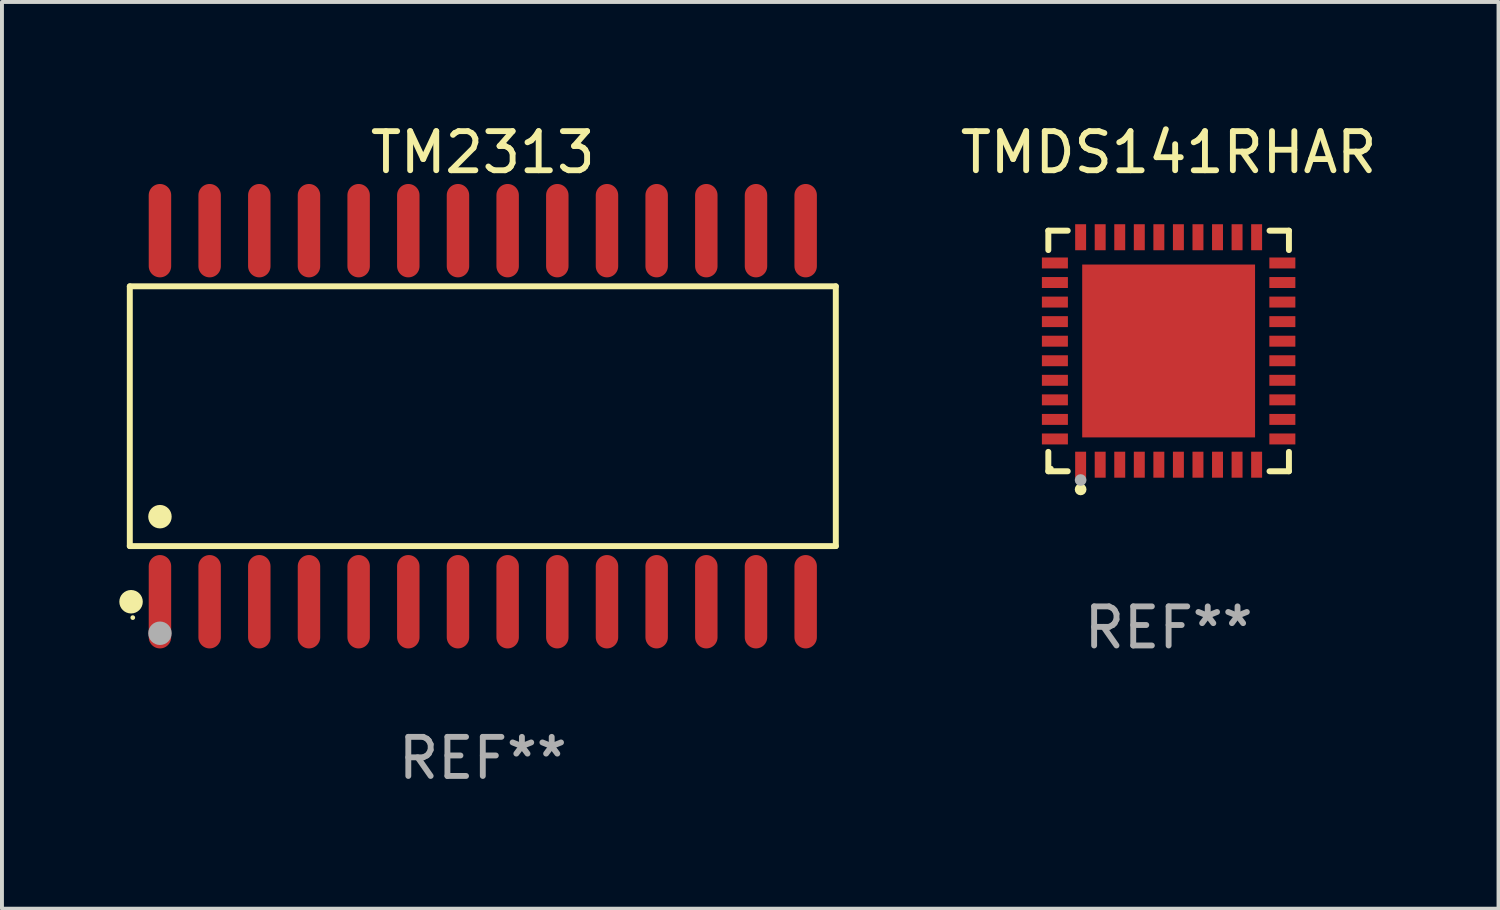
<source format=kicad_pcb>
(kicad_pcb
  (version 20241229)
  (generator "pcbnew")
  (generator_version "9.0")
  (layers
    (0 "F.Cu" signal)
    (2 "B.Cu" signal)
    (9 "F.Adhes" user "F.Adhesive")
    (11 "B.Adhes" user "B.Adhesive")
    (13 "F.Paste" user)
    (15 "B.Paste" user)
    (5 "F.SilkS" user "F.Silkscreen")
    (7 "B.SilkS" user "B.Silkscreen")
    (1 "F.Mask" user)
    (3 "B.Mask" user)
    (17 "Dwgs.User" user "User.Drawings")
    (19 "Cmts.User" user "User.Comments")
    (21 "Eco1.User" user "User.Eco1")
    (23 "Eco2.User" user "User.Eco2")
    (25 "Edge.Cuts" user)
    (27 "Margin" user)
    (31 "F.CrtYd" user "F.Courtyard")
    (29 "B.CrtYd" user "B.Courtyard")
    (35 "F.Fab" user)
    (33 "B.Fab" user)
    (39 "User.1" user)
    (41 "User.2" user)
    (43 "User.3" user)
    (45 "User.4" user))
  (footprint "TMDS141RHAR"
    (layer "F.Cu")
    (at 26.831 5.924)
    (property "Reference" "TMDS141RHAR" (at 0 -5.076 0) (layer "F.SilkS") (effects (font (size 1 1) (thickness 0.15))))
    (attr through_hole)
    (fp_line (start -3.076 -3.076) (end -2.58 -3.076) (stroke (width 0.152) (type solid)) (layer "F.SilkS"))
    (fp_line (start -3.076 -2.58) (end -3.076 -3.076) (stroke (width 0.152) (type solid)) (layer "F.SilkS"))
    (fp_line (start -3.076 2.58) (end -3.076 3.076) (stroke (width 0.152) (type solid)) (layer "F.SilkS"))
    (fp_line (start -3.076 3.076) (end -2.58 3.076) (stroke (width 0.152) (type solid)) (layer "F.SilkS"))
    (fp_line (start 3.076 -3.076) (end 2.58 -3.076) (stroke (width 0.152) (type solid)) (layer "F.SilkS"))
    (fp_line (start 3.076 -2.58) (end 3.076 -3.076) (stroke (width 0.152) (type solid)) (layer "F.SilkS"))
    (fp_line (start 3.076 2.58) (end 3.076 3.076) (stroke (width 0.152) (type solid)) (layer "F.SilkS"))
    (fp_line (start 3.076 3.076) (end 2.58 3.076) (stroke (width 0.152) (type solid)) (layer "F.SilkS"))
    (fp_circle (center -3 3) (end -2.97 3) (stroke (width 0.06) (type solid)) (fill no) (layer "F.SilkS"))
    (fp_circle (center -2.25 3.54) (end -2.175 3.54) (stroke (width 0.15) (type solid)) (fill no) (layer "F.SilkS"))
    (fp_circle (center -2.25 3.3) (end -2.175 3.3) (stroke (width 0.15) (type solid)) (fill no) (layer "F.Fab"))
    (fp_text user "REF**" (at 0 7.076 0) (layer "F.Fab") (effects (font (size 1 1) (thickness 0.15))))
    (pad "1" smd rect (at -2.25 2.908) (size 0.28 0.665) (layers "F.Cu" "F.Mask" "F.Paste"))
    (pad "2" smd rect (at -1.75 2.908) (size 0.28 0.665) (layers "F.Cu" "F.Mask" "F.Paste"))
    (pad "3" smd rect (at -1.25 2.908) (size 0.28 0.665) (layers "F.Cu" "F.Mask" "F.Paste"))
    (pad "4" smd rect (at -0.75 2.908) (size 0.28 0.665) (layers "F.Cu" "F.Mask" "F.Paste"))
    (pad "5" smd rect (at -0.25 2.908) (size 0.28 0.665) (layers "F.Cu" "F.Mask" "F.Paste"))
    (pad "6" smd rect (at 0.25 2.908) (size 0.28 0.665) (layers "F.Cu" "F.Mask" "F.Paste"))
    (pad "7" smd rect (at 0.75 2.908) (size 0.28 0.665) (layers "F.Cu" "F.Mask" "F.Paste"))
    (pad "8" smd rect (at 1.25 2.908) (size 0.28 0.665) (layers "F.Cu" "F.Mask" "F.Paste"))
    (pad "9" smd rect (at 1.75 2.908) (size 0.28 0.665) (layers "F.Cu" "F.Mask" "F.Paste"))
    (pad "10" smd rect (at 2.25 2.908) (size 0.28 0.665) (layers "F.Cu" "F.Mask" "F.Paste"))
    (pad "11" smd rect (at 2.908 2.25) (size 0.665 0.28) (layers "F.Cu" "F.Mask" "F.Paste"))
    (pad "12" smd rect (at 2.908 1.75) (size 0.665 0.28) (layers "F.Cu" "F.Mask" "F.Paste"))
    (pad "13" smd rect (at 2.908 1.25) (size 0.665 0.28) (layers "F.Cu" "F.Mask" "F.Paste"))
    (pad "14" smd rect (at 2.908 0.75) (size 0.665 0.28) (layers "F.Cu" "F.Mask" "F.Paste"))
    (pad "15" smd rect (at 2.908 0.25) (size 0.665 0.28) (layers "F.Cu" "F.Mask" "F.Paste"))
    (pad "16" smd rect (at 2.908 -0.25) (size 0.665 0.28) (layers "F.Cu" "F.Mask" "F.Paste"))
    (pad "17" smd rect (at 2.908 -0.75) (size 0.665 0.28) (layers "F.Cu" "F.Mask" "F.Paste"))
    (pad "18" smd rect (at 2.908 -1.25) (size 0.665 0.28) (layers "F.Cu" "F.Mask" "F.Paste"))
    (pad "19" smd rect (at 2.908 -1.75) (size 0.665 0.28) (layers "F.Cu" "F.Mask" "F.Paste"))
    (pad "20" smd rect (at 2.908 -2.25) (size 0.665 0.28) (layers "F.Cu" "F.Mask" "F.Paste"))
    (pad "21" smd rect (at 2.25 -2.908) (size 0.28 0.665) (layers "F.Cu" "F.Mask" "F.Paste"))
    (pad "22" smd rect (at 1.75 -2.908) (size 0.28 0.665) (layers "F.Cu" "F.Mask" "F.Paste"))
    (pad "23" smd rect (at 1.25 -2.908) (size 0.28 0.665) (layers "F.Cu" "F.Mask" "F.Paste"))
    (pad "24" smd rect (at 0.75 -2.908) (size 0.28 0.665) (layers "F.Cu" "F.Mask" "F.Paste"))
    (pad "25" smd rect (at 0.25 -2.908) (size 0.28 0.665) (layers "F.Cu" "F.Mask" "F.Paste"))
    (pad "26" smd rect (at -0.25 -2.908) (size 0.28 0.665) (layers "F.Cu" "F.Mask" "F.Paste"))
    (pad "27" smd rect (at -0.75 -2.908) (size 0.28 0.665) (layers "F.Cu" "F.Mask" "F.Paste"))
    (pad "28" smd rect (at -1.25 -2.908) (size 0.28 0.665) (layers "F.Cu" "F.Mask" "F.Paste"))
    (pad "29" smd rect (at -1.75 -2.908) (size 0.28 0.665) (layers "F.Cu" "F.Mask" "F.Paste"))
    (pad "30" smd rect (at -2.25 -2.908) (size 0.28 0.665) (layers "F.Cu" "F.Mask" "F.Paste"))
    (pad "31" smd rect (at -2.908 -2.25) (size 0.665 0.28) (layers "F.Cu" "F.Mask" "F.Paste"))
    (pad "32" smd rect (at -2.908 -1.75) (size 0.665 0.28) (layers "F.Cu" "F.Mask" "F.Paste"))
    (pad "33" smd rect (at -2.908 -1.25) (size 0.665 0.28) (layers "F.Cu" "F.Mask" "F.Paste"))
    (pad "34" smd rect (at -2.908 -0.75) (size 0.665 0.28) (layers "F.Cu" "F.Mask" "F.Paste"))
    (pad "35" smd rect (at -2.908 -0.25) (size 0.665 0.28) (layers "F.Cu" "F.Mask" "F.Paste"))
    (pad "36" smd rect (at -2.908 0.25) (size 0.665 0.28) (layers "F.Cu" "F.Mask" "F.Paste"))
    (pad "37" smd rect (at -2.908 0.75) (size 0.665 0.28) (layers "F.Cu" "F.Mask" "F.Paste"))
    (pad "38" smd rect (at -2.908 1.25) (size 0.665 0.28) (layers "F.Cu" "F.Mask" "F.Paste"))
    (pad "39" smd rect (at -2.908 1.75) (size 0.665 0.28) (layers "F.Cu" "F.Mask" "F.Paste"))
    (pad "40" smd rect (at -2.908 2.25) (size 0.665 0.28) (layers "F.Cu" "F.Mask" "F.Paste"))
    (pad "41" smd rect (at 0 0) (size 4.42 4.42) (layers "F.Cu" "F.Mask" "F.Paste")))
  (footprint "TM2313"
    (layer "F.Cu")
    (at 9.295 7.592)
    (property "Reference" "TM2313" (at 0 -6.744 0) (layer "F.SilkS") (effects (font (size 1 1) (thickness 0.15))))
    (attr through_hole)
    (fp_line (start -9.026 -3.321) (end 9.026 -3.321) (stroke (width 0.152) (type solid)) (layer "F.SilkS"))
    (fp_line (start -9.026 3.321) (end -9.026 -3.321) (stroke (width 0.152) (type solid)) (layer "F.SilkS"))
    (fp_line (start 9.026 -3.321) (end 9.026 3.321) (stroke (width 0.152) (type solid)) (layer "F.SilkS"))
    (fp_line (start 9.026 3.321) (end -9.026 3.321) (stroke (width 0.152) (type solid)) (layer "F.SilkS"))
    (fp_circle (center -8.994 4.744) (end -8.844 4.744) (stroke (width 0.3) (type solid)) (fill no) (layer "F.SilkS"))
    (fp_circle (center -8.95 5.15) (end -8.92 5.15) (stroke (width 0.06) (type solid)) (fill no) (layer "F.SilkS"))
    (fp_circle (center -8.255 2.569) (end -8.105 2.569) (stroke (width 0.3) (type solid)) (fill no) (layer "F.SilkS"))
    (fp_circle (center -8.255 5.55) (end -8.105 5.55) (stroke (width 0.3) (type solid)) (fill no) (layer "F.Fab"))
    (fp_text user "REF**" (at 0 8.744 0) (layer "F.Fab") (effects (font (size 1 1) (thickness 0.15))))
    (pad "1" smd oval (at -8.255 4.744) (size 0.574 2.388) (layers "F.Cu" "F.Mask" "F.Paste"))
    (pad "2" smd oval (at -6.985 4.744) (size 0.574 2.388) (layers "F.Cu" "F.Mask" "F.Paste"))
    (pad "3" smd oval (at -5.715 4.744) (size 0.574 2.388) (layers "F.Cu" "F.Mask" "F.Paste"))
    (pad "4" smd oval (at -4.445 4.744) (size 0.574 2.388) (layers "F.Cu" "F.Mask" "F.Paste"))
    (pad "5" smd oval (at -3.175 4.744) (size 0.574 2.388) (layers "F.Cu" "F.Mask" "F.Paste"))
    (pad "6" smd oval (at -1.905 4.744) (size 0.574 2.388) (layers "F.Cu" "F.Mask" "F.Paste"))
    (pad "7" smd oval (at -0.635 4.744) (size 0.574 2.388) (layers "F.Cu" "F.Mask" "F.Paste"))
    (pad "8" smd oval (at 0.635 4.744) (size 0.574 2.388) (layers "F.Cu" "F.Mask" "F.Paste"))
    (pad "9" smd oval (at 1.905 4.744) (size 0.574 2.388) (layers "F.Cu" "F.Mask" "F.Paste"))
    (pad "10" smd oval (at 3.175 4.744) (size 0.574 2.388) (layers "F.Cu" "F.Mask" "F.Paste"))
    (pad "11" smd oval (at 4.445 4.744) (size 0.574 2.388) (layers "F.Cu" "F.Mask" "F.Paste"))
    (pad "12" smd oval (at 5.715 4.744) (size 0.574 2.388) (layers "F.Cu" "F.Mask" "F.Paste"))
    (pad "13" smd oval (at 6.985 4.744) (size 0.574 2.388) (layers "F.Cu" "F.Mask" "F.Paste"))
    (pad "14" smd oval (at 8.255 4.744) (size 0.574 2.388) (layers "F.Cu" "F.Mask" "F.Paste"))
    (pad "15" smd oval (at 8.255 -4.744) (size 0.574 2.388) (layers "F.Cu" "F.Mask" "F.Paste"))
    (pad "16" smd oval (at 6.985 -4.744) (size 0.574 2.388) (layers "F.Cu" "F.Mask" "F.Paste"))
    (pad "17" smd oval (at 5.715 -4.744) (size 0.574 2.388) (layers "F.Cu" "F.Mask" "F.Paste"))
    (pad "18" smd oval (at 4.445 -4.744) (size 0.574 2.388) (layers "F.Cu" "F.Mask" "F.Paste"))
    (pad "19" smd oval (at 3.175 -4.744) (size 0.574 2.388) (layers "F.Cu" "F.Mask" "F.Paste"))
    (pad "20" smd oval (at 1.905 -4.744) (size 0.574 2.388) (layers "F.Cu" "F.Mask" "F.Paste"))
    (pad "21" smd oval (at 0.635 -4.744) (size 0.574 2.388) (layers "F.Cu" "F.Mask" "F.Paste"))
    (pad "22" smd oval (at -0.635 -4.744) (size 0.574 2.388) (layers "F.Cu" "F.Mask" "F.Paste"))
    (pad "23" smd oval (at -1.905 -4.744) (size 0.574 2.388) (layers "F.Cu" "F.Mask" "F.Paste"))
    (pad "24" smd oval (at -3.175 -4.744) (size 0.574 2.388) (layers "F.Cu" "F.Mask" "F.Paste"))
    (pad "25" smd oval (at -4.445 -4.744) (size 0.574 2.388) (layers "F.Cu" "F.Mask" "F.Paste"))
    (pad "26" smd oval (at -5.715 -4.744) (size 0.574 2.388) (layers "F.Cu" "F.Mask" "F.Paste"))
    (pad "27" smd oval (at -6.985 -4.744) (size 0.574 2.388) (layers "F.Cu" "F.Mask" "F.Paste"))
    (pad "28" smd oval (at -8.255 -4.744) (size 0.574 2.388) (layers "F.Cu" "F.Mask" "F.Paste")))
  (gr_rect
    (start -3 -3)
    (end 35.266 20.184)
    (stroke (width 0.1) (type default))
    (fill no)
    (layer "Edge.Cuts")))
</source>
